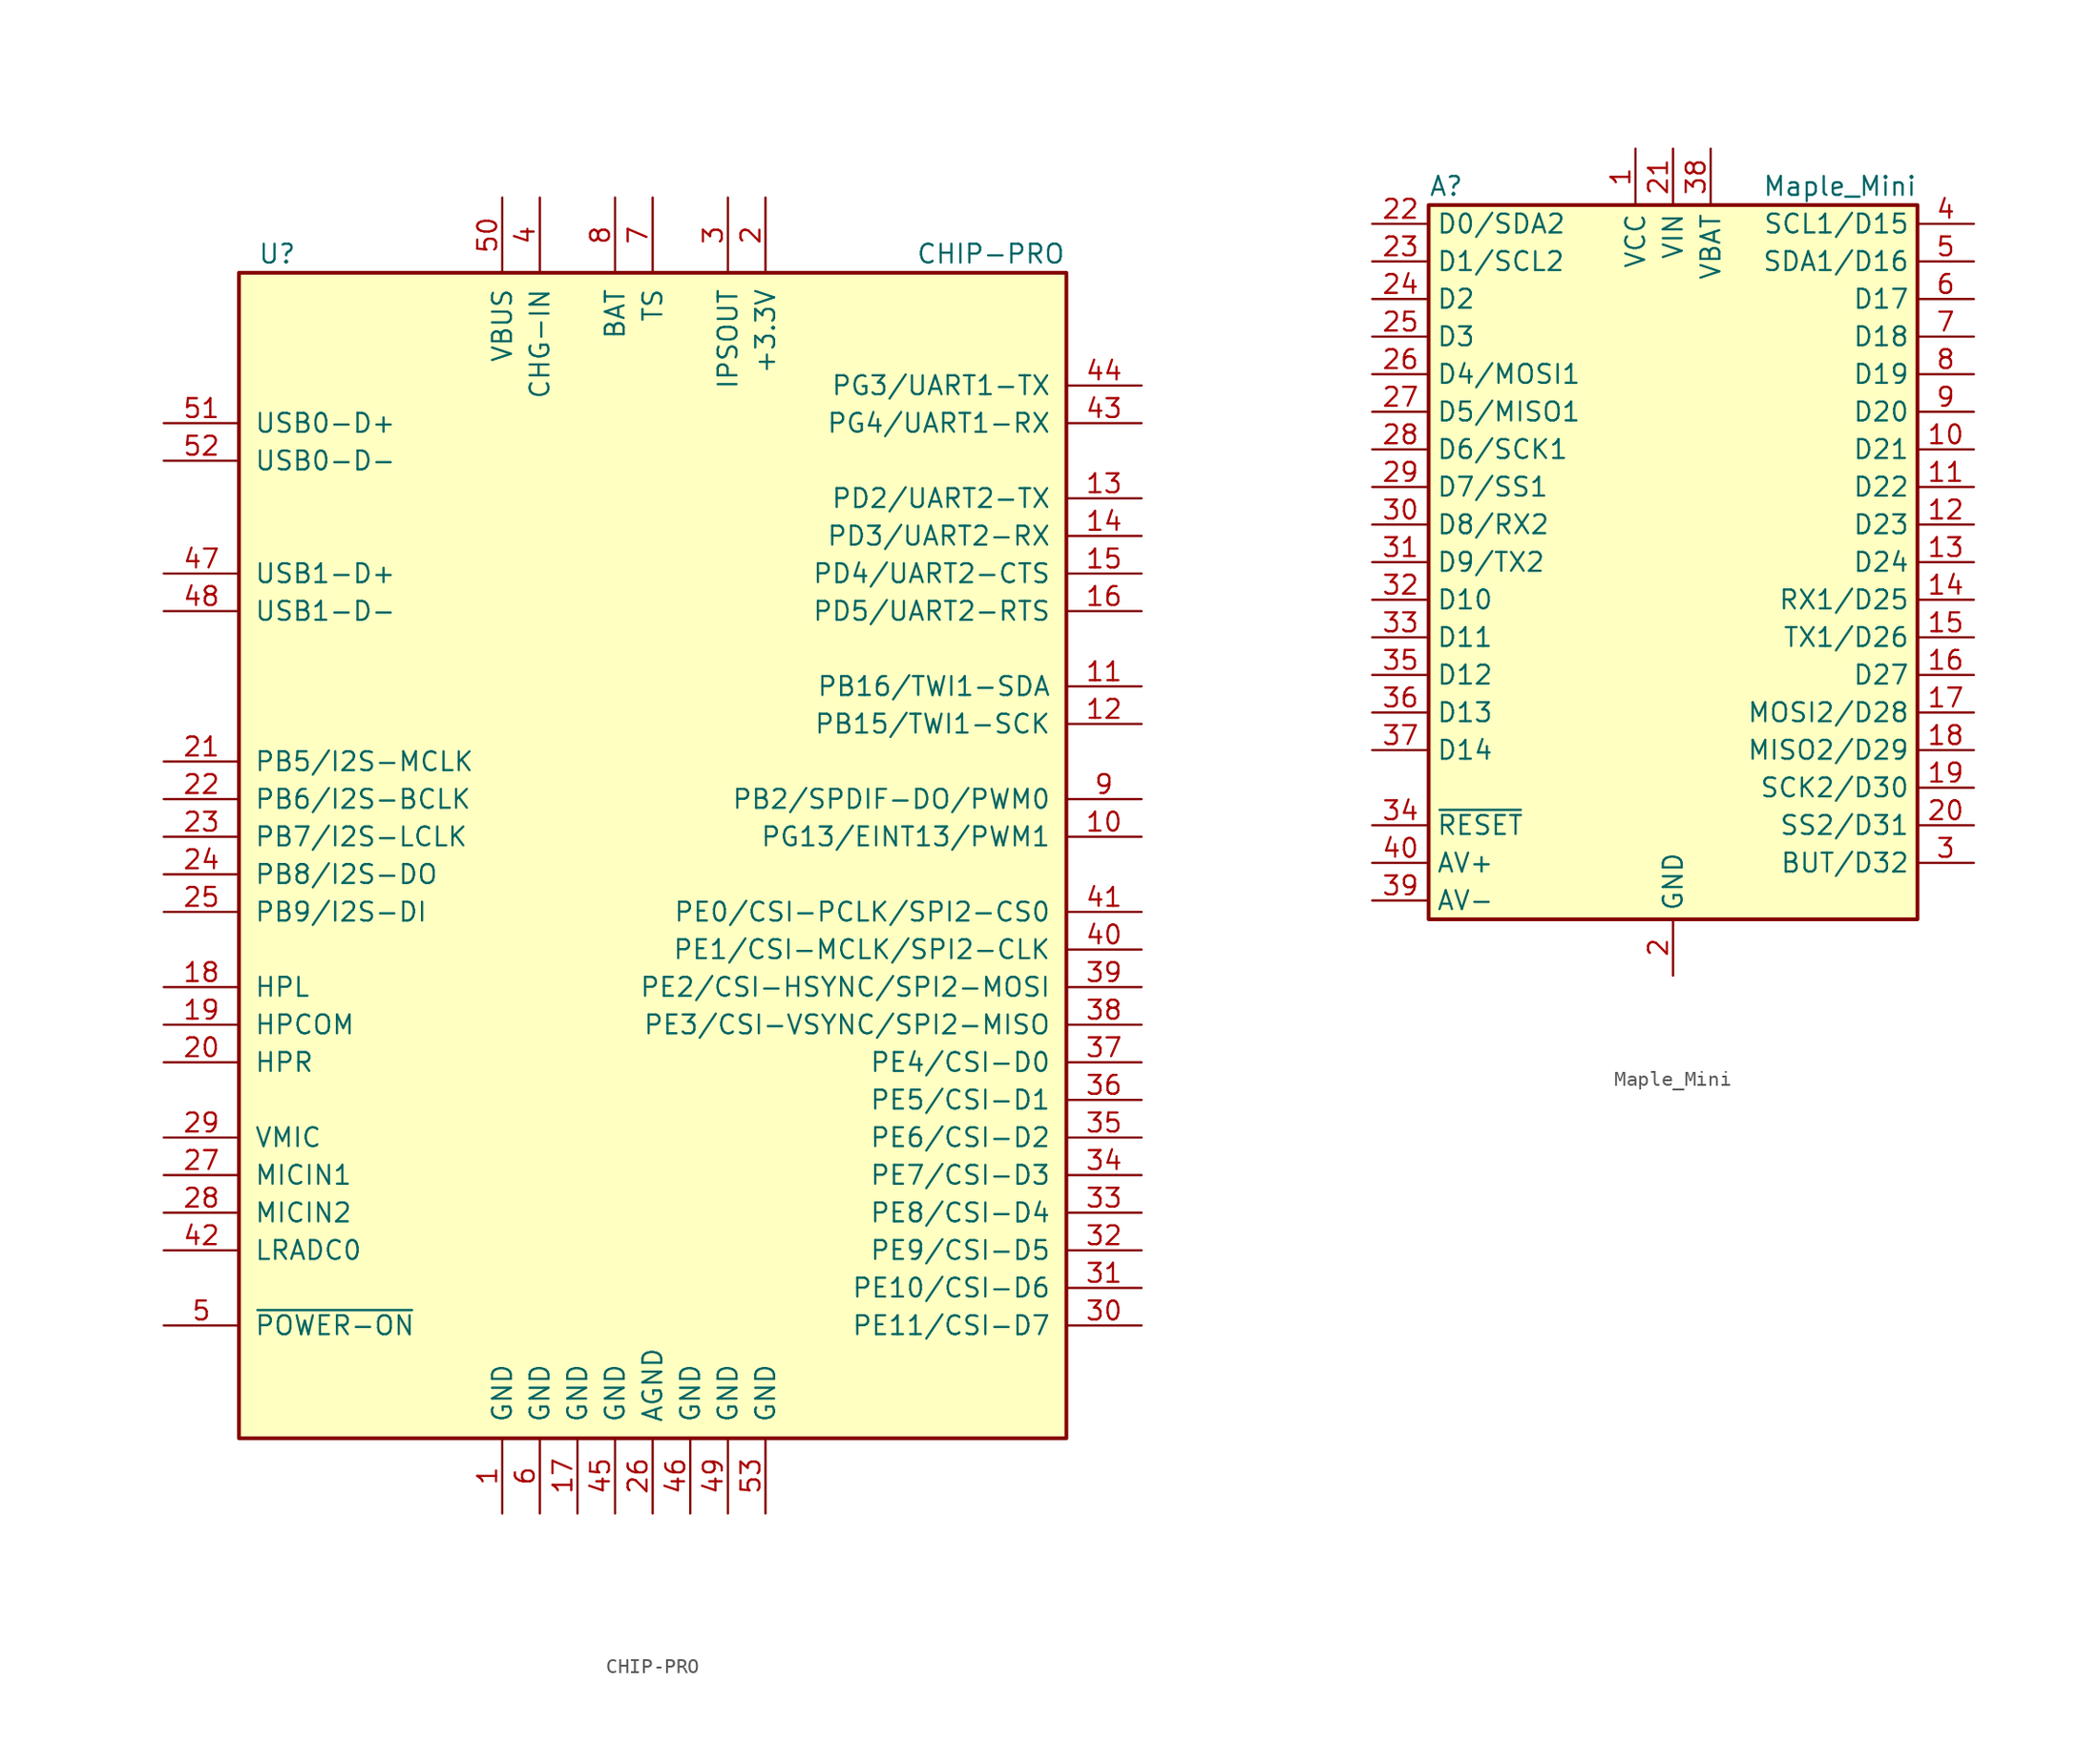
<source format=kicad_sym>
(kicad_symbol_lib
  (version 20211014)
  (generator kicad_symbol_editor)
  (symbol "CHIP-PRO"
    (pin_names
      (offset 1.016))
    (property "Reference" "U"
      (at -26.67 39.37 0)
      (effects (font (size 1.27 1.27)) (justify left)))
    (property "Value" "CHIP-PRO"
      (at 17.78 39.37 0)
      (effects (font (size 1.27 1.27)) (justify left)))
    (symbol "CHIP-PRO_0_1"
      (rectangle (start -27.94 38.1) (end 27.94 -40.64) (stroke (width 0.254) (type default) (color 0 0 0 0)) (fill (type background))))
    (symbol "CHIP-PRO_1_1"
      (pin power_in line (at -10.16 -45.72 90) (length 5.08) (name "GND" (effects (font (size 1.27 1.27)))) (number "1" (effects (font (size 1.27 1.27)))))
      (pin bidirectional line (at 33.02 0 180) (length 5.08) (name "PG13/EINT13/PWM1" (effects (font (size 1.27 1.27)))) (number "10" (effects (font (size 1.27 1.27)))))
      (pin bidirectional line (at 33.02 10.16 180) (length 5.08) (name "PB16/TWI1-SDA" (effects (font (size 1.27 1.27)))) (number "11" (effects (font (size 1.27 1.27)))))
      (pin bidirectional line (at 33.02 7.62 180) (length 5.08) (name "PB15/TWI1-SCK" (effects (font (size 1.27 1.27)))) (number "12" (effects (font (size 1.27 1.27)))))
      (pin bidirectional line (at 33.02 22.86 180) (length 5.08) (name "PD2/UART2-TX" (effects (font (size 1.27 1.27)))) (number "13" (effects (font (size 1.27 1.27)))))
      (pin bidirectional line (at 33.02 20.32 180) (length 5.08) (name "PD3/UART2-RX" (effects (font (size 1.27 1.27)))) (number "14" (effects (font (size 1.27 1.27)))))
      (pin bidirectional line (at 33.02 17.78 180) (length 5.08) (name "PD4/UART2-CTS" (effects (font (size 1.27 1.27)))) (number "15" (effects (font (size 1.27 1.27)))))
      (pin bidirectional line (at 33.02 15.24 180) (length 5.08) (name "PD5/UART2-RTS" (effects (font (size 1.27 1.27)))) (number "16" (effects (font (size 1.27 1.27)))))
      (pin power_in line (at -5.08 -45.72 90) (length 5.08) (name "GND" (effects (font (size 1.27 1.27)))) (number "17" (effects (font (size 1.27 1.27)))))
      (pin output line (at -33.02 -10.16 0) (length 5.08) (name "HPL" (effects (font (size 1.27 1.27)))) (number "18" (effects (font (size 1.27 1.27)))))
      (pin output line (at -33.02 -12.7 0) (length 5.08) (name "HPCOM" (effects (font (size 1.27 1.27)))) (number "19" (effects (font (size 1.27 1.27)))))
      (pin power_out line (at 7.62 43.18 270) (length 5.08) (name "+3.3V" (effects (font (size 1.27 1.27)))) (number "2" (effects (font (size 1.27 1.27)))))
      (pin output line (at -33.02 -15.24 0) (length 5.08) (name "HPR" (effects (font (size 1.27 1.27)))) (number "20" (effects (font (size 1.27 1.27)))))
      (pin bidirectional line (at -33.02 5.08 0) (length 5.08) (name "PB5/I2S-MCLK" (effects (font (size 1.27 1.27)))) (number "21" (effects (font (size 1.27 1.27)))))
      (pin bidirectional line (at -33.02 2.54 0) (length 5.08) (name "PB6/I2S-BCLK" (effects (font (size 1.27 1.27)))) (number "22" (effects (font (size 1.27 1.27)))))
      (pin bidirectional line (at -33.02 0 0) (length 5.08) (name "PB7/I2S-LCLK" (effects (font (size 1.27 1.27)))) (number "23" (effects (font (size 1.27 1.27)))))
      (pin bidirectional line (at -33.02 -2.54 0) (length 5.08) (name "PB8/I2S-DO" (effects (font (size 1.27 1.27)))) (number "24" (effects (font (size 1.27 1.27)))))
      (pin bidirectional line (at -33.02 -5.08 0) (length 5.08) (name "PB9/I2S-DI" (effects (font (size 1.27 1.27)))) (number "25" (effects (font (size 1.27 1.27)))))
      (pin power_in line (at 0 -45.72 90) (length 5.08) (name "AGND" (effects (font (size 1.27 1.27)))) (number "26" (effects (font (size 1.27 1.27)))))
      (pin input line (at -33.02 -22.86 0) (length 5.08) (name "MICIN1" (effects (font (size 1.27 1.27)))) (number "27" (effects (font (size 1.27 1.27)))))
      (pin input line (at -33.02 -25.4 0) (length 5.08) (name "MICIN2" (effects (font (size 1.27 1.27)))) (number "28" (effects (font (size 1.27 1.27)))))
      (pin unspecified line (at -33.02 -20.32 0) (length 5.08) (name "VMIC" (effects (font (size 1.27 1.27)))) (number "29" (effects (font (size 1.27 1.27)))))
      (pin power_out line (at 5.08 43.18 270) (length 5.08) (name "IPSOUT" (effects (font (size 1.27 1.27)))) (number "3" (effects (font (size 1.27 1.27)))))
      (pin bidirectional line (at 33.02 -33.02 180) (length 5.08) (name "PE11/CSI-D7" (effects (font (size 1.27 1.27)))) (number "30" (effects (font (size 1.27 1.27)))))
      (pin bidirectional line (at 33.02 -30.48 180) (length 5.08) (name "PE10/CSI-D6" (effects (font (size 1.27 1.27)))) (number "31" (effects (font (size 1.27 1.27)))))
      (pin bidirectional line (at 33.02 -27.94 180) (length 5.08) (name "PE9/CSI-D5" (effects (font (size 1.27 1.27)))) (number "32" (effects (font (size 1.27 1.27)))))
      (pin bidirectional line (at 33.02 -25.4 180) (length 5.08) (name "PE8/CSI-D4" (effects (font (size 1.27 1.27)))) (number "33" (effects (font (size 1.27 1.27)))))
      (pin bidirectional line (at 33.02 -22.86 180) (length 5.08) (name "PE7/CSI-D3" (effects (font (size 1.27 1.27)))) (number "34" (effects (font (size 1.27 1.27)))))
      (pin bidirectional line (at 33.02 -20.32 180) (length 5.08) (name "PE6/CSI-D2" (effects (font (size 1.27 1.27)))) (number "35" (effects (font (size 1.27 1.27)))))
      (pin bidirectional line (at 33.02 -17.78 180) (length 5.08) (name "PE5/CSI-D1" (effects (font (size 1.27 1.27)))) (number "36" (effects (font (size 1.27 1.27)))))
      (pin bidirectional line (at 33.02 -15.24 180) (length 5.08) (name "PE4/CSI-D0" (effects (font (size 1.27 1.27)))) (number "37" (effects (font (size 1.27 1.27)))))
      (pin bidirectional line (at 33.02 -12.7 180) (length 5.08) (name "PE3/CSI-VSYNC/SPI2-MISO" (effects (font (size 1.27 1.27)))) (number "38" (effects (font (size 1.27 1.27)))))
      (pin bidirectional line (at 33.02 -10.16 180) (length 5.08) (name "PE2/CSI-HSYNC/SPI2-MOSI" (effects (font (size 1.27 1.27)))) (number "39" (effects (font (size 1.27 1.27)))))
      (pin power_in line (at -7.62 43.18 270) (length 5.08) (name "CHG-IN" (effects (font (size 1.27 1.27)))) (number "4" (effects (font (size 1.27 1.27)))))
      (pin bidirectional line (at 33.02 -7.62 180) (length 5.08) (name "PE1/CSI-MCLK/SPI2-CLK" (effects (font (size 1.27 1.27)))) (number "40" (effects (font (size 1.27 1.27)))))
      (pin bidirectional line (at 33.02 -5.08 180) (length 5.08) (name "PE0/CSI-PCLK/SPI2-CS0" (effects (font (size 1.27 1.27)))) (number "41" (effects (font (size 1.27 1.27)))))
      (pin power_out line (at -33.02 -27.94 0) (length 5.08) (name "LRADC0" (effects (font (size 1.27 1.27)))) (number "42" (effects (font (size 1.27 1.27)))))
      (pin input line (at 33.02 27.94 180) (length 5.08) (name "PG4/UART1-RX" (effects (font (size 1.27 1.27)))) (number "43" (effects (font (size 1.27 1.27)))))
      (pin bidirectional line (at 33.02 30.48 180) (length 5.08) (name "PG3/UART1-TX" (effects (font (size 1.27 1.27)))) (number "44" (effects (font (size 1.27 1.27)))))
      (pin power_in line (at -2.54 -45.72 90) (length 5.08) (name "GND" (effects (font (size 1.27 1.27)))) (number "45" (effects (font (size 1.27 1.27)))))
      (pin power_in line (at 2.54 -45.72 90) (length 5.08) (name "GND" (effects (font (size 1.27 1.27)))) (number "46" (effects (font (size 1.27 1.27)))))
      (pin bidirectional line (at -33.02 17.78 0) (length 5.08) (name "USB1-D+" (effects (font (size 1.27 1.27)))) (number "47" (effects (font (size 1.27 1.27)))))
      (pin bidirectional line (at -33.02 15.24 0) (length 5.08) (name "USB1-D-" (effects (font (size 1.27 1.27)))) (number "48" (effects (font (size 1.27 1.27)))))
      (pin power_in line (at 5.08 -45.72 90) (length 5.08) (name "GND" (effects (font (size 1.27 1.27)))) (number "49" (effects (font (size 1.27 1.27)))))
      (pin input line (at -33.02 -33.02 0) (length 5.08) (name "~{POWER-ON}" (effects (font (size 1.27 1.27)))) (number "5" (effects (font (size 1.27 1.27)))))
      (pin power_in line (at -10.16 43.18 270) (length 5.08) (name "VBUS" (effects (font (size 1.27 1.27)))) (number "50" (effects (font (size 1.27 1.27)))))
      (pin bidirectional line (at -33.02 27.94 0) (length 5.08) (name "USB0-D+" (effects (font (size 1.27 1.27)))) (number "51" (effects (font (size 1.27 1.27)))))
      (pin bidirectional line (at -33.02 25.4 0) (length 5.08) (name "USB0-D-" (effects (font (size 1.27 1.27)))) (number "52" (effects (font (size 1.27 1.27)))))
      (pin power_in line (at 7.62 -45.72 90) (length 5.08) (name "GND" (effects (font (size 1.27 1.27)))) (number "53" (effects (font (size 1.27 1.27)))))
      (pin power_in line (at -7.62 -45.72 90) (length 5.08) (name "GND" (effects (font (size 1.27 1.27)))) (number "6" (effects (font (size 1.27 1.27)))))
      (pin input line (at 0 43.18 270) (length 5.08) (name "TS" (effects (font (size 1.27 1.27)))) (number "7" (effects (font (size 1.27 1.27)))))
      (pin power_in line (at -2.54 43.18 270) (length 5.08) (name "BAT" (effects (font (size 1.27 1.27)))) (number "8" (effects (font (size 1.27 1.27)))))
      (pin bidirectional line (at 33.02 2.54 180) (length 5.08) (name "PB2/SPDIF-DO/PWM0" (effects (font (size 1.27 1.27)))) (number "9" (effects (font (size 1.27 1.27)))))))
  (symbol "Maple_Mini"
    (property "Reference" "A"
      (at -16.51 25.4 0)
      (effects (font (size 1.27 1.27)) (justify left)))
    (property "Value" "Maple_Mini"
      (at 16.51 25.4 0)
      (effects (font (size 1.27 1.27)) (justify right)))
    (symbol "Maple_Mini_0_1"
      (rectangle (start -16.51 24.13) (end 16.51 -24.13) (stroke (width 0.254) (type default) (color 0 0 0 0)) (fill (type background))))
    (symbol "Maple_Mini_1_1"
      (pin power_in line (at -2.54 27.94 270) (length 3.81) (name "VCC" (effects (font (size 1.27 1.27)))) (number "1" (effects (font (size 1.27 1.27)))))
      (pin bidirectional line (at 20.32 7.62 180) (length 3.81) (name "D21" (effects (font (size 1.27 1.27)))) (number "10" (effects (font (size 1.27 1.27)))))
      (pin bidirectional line (at 20.32 5.08 180) (length 3.81) (name "D22" (effects (font (size 1.27 1.27)))) (number "11" (effects (font (size 1.27 1.27)))))
      (pin bidirectional line (at 20.32 2.54 180) (length 3.81) (name "D23" (effects (font (size 1.27 1.27)))) (number "12" (effects (font (size 1.27 1.27)))))
      (pin bidirectional line (at 20.32 0 180) (length 3.81) (name "D24" (effects (font (size 1.27 1.27)))) (number "13" (effects (font (size 1.27 1.27)))))
      (pin bidirectional line (at 20.32 -2.54 180) (length 3.81) (name "RX1/D25" (effects (font (size 1.27 1.27)))) (number "14" (effects (font (size 1.27 1.27)))))
      (pin bidirectional line (at 20.32 -5.08 180) (length 3.81) (name "TX1/D26" (effects (font (size 1.27 1.27)))) (number "15" (effects (font (size 1.27 1.27)))))
      (pin bidirectional line (at 20.32 -7.62 180) (length 3.81) (name "D27" (effects (font (size 1.27 1.27)))) (number "16" (effects (font (size 1.27 1.27)))))
      (pin bidirectional line (at 20.32 -10.16 180) (length 3.81) (name "MOSI2/D28" (effects (font (size 1.27 1.27)))) (number "17" (effects (font (size 1.27 1.27)))))
      (pin bidirectional line (at 20.32 -12.7 180) (length 3.81) (name "MISO2/D29" (effects (font (size 1.27 1.27)))) (number "18" (effects (font (size 1.27 1.27)))))
      (pin bidirectional line (at 20.32 -15.24 180) (length 3.81) (name "SCK2/D30" (effects (font (size 1.27 1.27)))) (number "19" (effects (font (size 1.27 1.27)))))
      (pin power_in line (at 0 -27.94 90) (length 3.81) (name "GND" (effects (font (size 1.27 1.27)))) (number "2" (effects (font (size 1.27 1.27)))))
      (pin bidirectional line (at 20.32 -17.78 180) (length 3.81) (name "SS2/D31" (effects (font (size 1.27 1.27)))) (number "20" (effects (font (size 1.27 1.27)))))
      (pin power_in line (at 0 27.94 270) (length 3.81) (name "VIN" (effects (font (size 1.27 1.27)))) (number "21" (effects (font (size 1.27 1.27)))))
      (pin bidirectional line (at -20.32 22.86 0) (length 3.81) (name "D0/SDA2" (effects (font (size 1.27 1.27)))) (number "22" (effects (font (size 1.27 1.27)))))
      (pin bidirectional line (at -20.32 20.32 0) (length 3.81) (name "D1/SCL2" (effects (font (size 1.27 1.27)))) (number "23" (effects (font (size 1.27 1.27)))))
      (pin bidirectional line (at -20.32 17.78 0) (length 3.81) (name "D2" (effects (font (size 1.27 1.27)))) (number "24" (effects (font (size 1.27 1.27)))))
      (pin bidirectional line (at -20.32 15.24 0) (length 3.81) (name "D3" (effects (font (size 1.27 1.27)))) (number "25" (effects (font (size 1.27 1.27)))))
      (pin bidirectional line (at -20.32 12.7 0) (length 3.81) (name "D4/MOSI1" (effects (font (size 1.27 1.27)))) (number "26" (effects (font (size 1.27 1.27)))))
      (pin bidirectional line (at -20.32 10.16 0) (length 3.81) (name "D5/MISO1" (effects (font (size 1.27 1.27)))) (number "27" (effects (font (size 1.27 1.27)))))
      (pin bidirectional line (at -20.32 7.62 0) (length 3.81) (name "D6/SCK1" (effects (font (size 1.27 1.27)))) (number "28" (effects (font (size 1.27 1.27)))))
      (pin bidirectional line (at -20.32 5.08 0) (length 3.81) (name "D7/SS1" (effects (font (size 1.27 1.27)))) (number "29" (effects (font (size 1.27 1.27)))))
      (pin bidirectional line (at 20.32 -20.32 180) (length 3.81) (name "BUT/D32" (effects (font (size 1.27 1.27)))) (number "3" (effects (font (size 1.27 1.27)))))
      (pin bidirectional line (at -20.32 2.54 0) (length 3.81) (name "D8/RX2" (effects (font (size 1.27 1.27)))) (number "30" (effects (font (size 1.27 1.27)))))
      (pin bidirectional line (at -20.32 0 0) (length 3.81) (name "D9/TX2" (effects (font (size 1.27 1.27)))) (number "31" (effects (font (size 1.27 1.27)))))
      (pin bidirectional line (at -20.32 -2.54 0) (length 3.81) (name "D10" (effects (font (size 1.27 1.27)))) (number "32" (effects (font (size 1.27 1.27)))))
      (pin bidirectional line (at -20.32 -5.08 0) (length 3.81) (name "D11" (effects (font (size 1.27 1.27)))) (number "33" (effects (font (size 1.27 1.27)))))
      (pin input line (at -20.32 -17.78 0) (length 3.81) (name "~{RESET}" (effects (font (size 1.27 1.27)))) (number "34" (effects (font (size 1.27 1.27)))))
      (pin bidirectional line (at -20.32 -7.62 0) (length 3.81) (name "D12" (effects (font (size 1.27 1.27)))) (number "35" (effects (font (size 1.27 1.27)))))
      (pin bidirectional line (at -20.32 -10.16 0) (length 3.81) (name "D13" (effects (font (size 1.27 1.27)))) (number "36" (effects (font (size 1.27 1.27)))))
      (pin bidirectional line (at -20.32 -12.7 0) (length 3.81) (name "D14" (effects (font (size 1.27 1.27)))) (number "37" (effects (font (size 1.27 1.27)))))
      (pin power_in line (at 2.54 27.94 270) (length 3.81) (name "VBAT" (effects (font (size 1.27 1.27)))) (number "38" (effects (font (size 1.27 1.27)))))
      (pin output line (at -20.32 -22.86 0) (length 3.81) (name "AV-" (effects (font (size 1.27 1.27)))) (number "39" (effects (font (size 1.27 1.27)))))
      (pin bidirectional line (at 20.32 22.86 180) (length 3.81) (name "SCL1/D15" (effects (font (size 1.27 1.27)))) (number "4" (effects (font (size 1.27 1.27)))))
      (pin output line (at -20.32 -20.32 0) (length 3.81) (name "AV+" (effects (font (size 1.27 1.27)))) (number "40" (effects (font (size 1.27 1.27)))))
      (pin bidirectional line (at 20.32 20.32 180) (length 3.81) (name "SDA1/D16" (effects (font (size 1.27 1.27)))) (number "5" (effects (font (size 1.27 1.27)))))
      (pin bidirectional line (at 20.32 17.78 180) (length 3.81) (name "D17" (effects (font (size 1.27 1.27)))) (number "6" (effects (font (size 1.27 1.27)))))
      (pin bidirectional line (at 20.32 15.24 180) (length 3.81) (name "D18" (effects (font (size 1.27 1.27)))) (number "7" (effects (font (size 1.27 1.27)))))
      (pin bidirectional line (at 20.32 12.7 180) (length 3.81) (name "D19" (effects (font (size 1.27 1.27)))) (number "8" (effects (font (size 1.27 1.27)))))
      (pin bidirectional line (at 20.32 10.16 180) (length 3.81) (name "D20" (effects (font (size 1.27 1.27)))) (number "9" (effects (font (size 1.27 1.27))))))))
</source>
